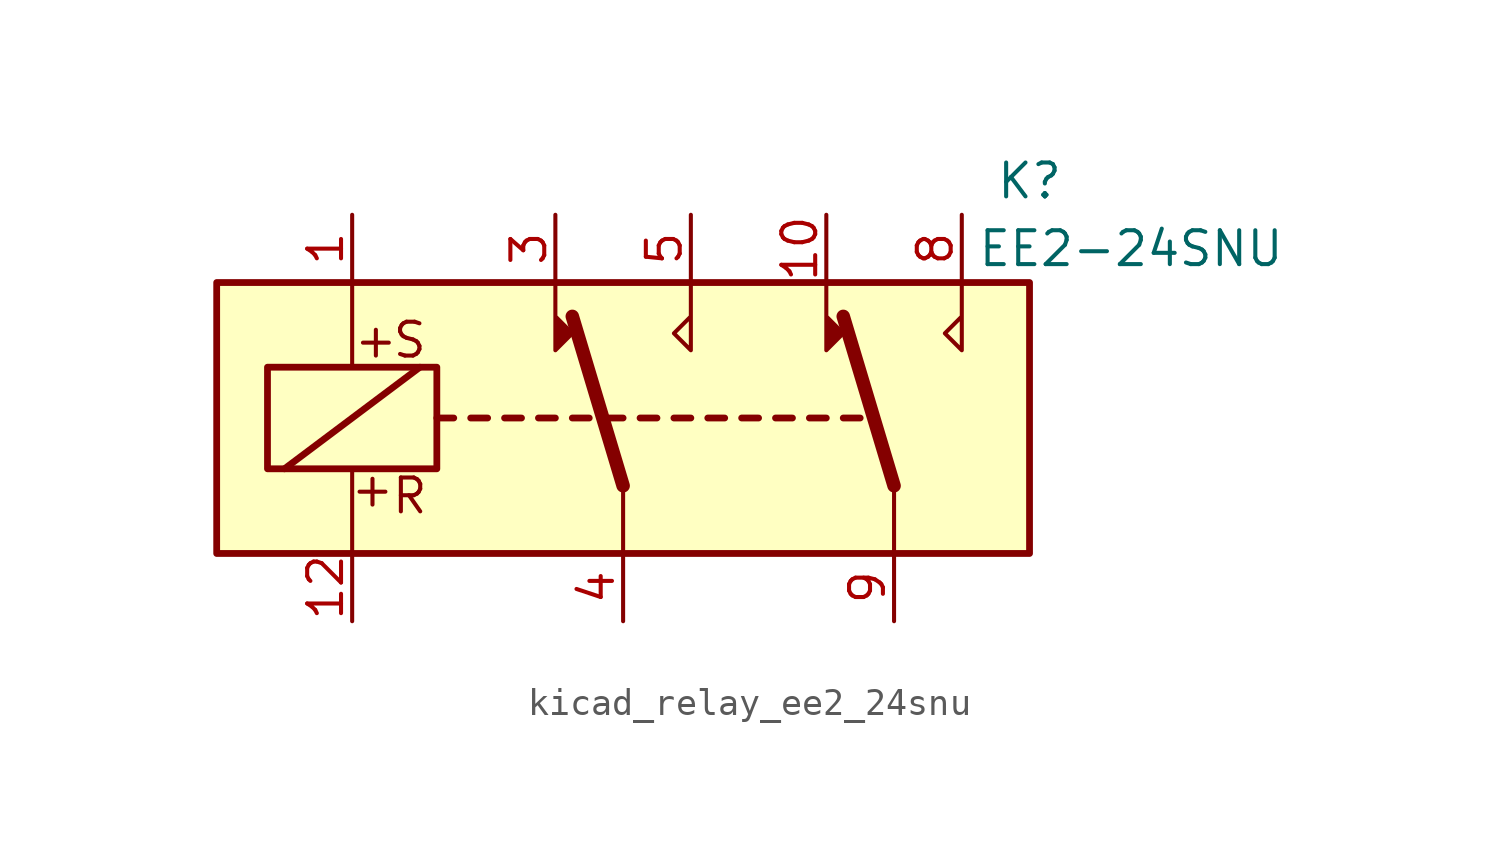
<source format=kicad_sym>
(kicad_symbol_lib
  (version 20220914)
  (generator kicad_symbol_editor)
  (symbol "kicad_relay_ee2_24snu"
    (property "Reference" "K"
      (at 15.24 8.89 0)
      (effects (font (size 1.27 1.27))))
    (property "Value" "EE2-24SNU"
      (at 19.05 6.35 0)
      (effects (font (size 1.27 1.27))))
    (symbol "kicad_relay_ee2_24snu_1_1"
      (rectangle (start -15.24 5.08) (end 15.24 -5.08) (stroke (width 0.254) (type default)) (fill (type background)))
      (rectangle (start -13.335 1.905) (end -6.985 -1.905) (stroke (width 0.254) (type default)) (fill (type none)))
      (polyline (pts (xy -12.7 -1.905) (xy -7.62 1.905)) (stroke (width 0.254) (type default)) (fill (type none)))
      (polyline (pts (xy -10.16 -5.08) (xy -10.16 -1.905)) (stroke (width 0) (type default)) (fill (type none)))
      (polyline (pts (xy -10.16 5.08) (xy -10.16 1.905)) (stroke (width 0) (type default)) (fill (type none)))
      (polyline (pts (xy -6.985 0) (xy -6.35 0)) (stroke (width 0.254) (type default)) (fill (type none)))
      (polyline (pts (xy -5.715 0) (xy -5.08 0)) (stroke (width 0.254) (type default)) (fill (type none)))
      (polyline (pts (xy -4.445 0) (xy -3.81 0)) (stroke (width 0.254) (type default)) (fill (type none)))
      (polyline (pts (xy -3.175 0) (xy -2.54 0)) (stroke (width 0.254) (type default)) (fill (type none)))
      (polyline (pts (xy -1.905 0) (xy -1.27 0)) (stroke (width 0.254) (type default)) (fill (type none)))
      (polyline (pts (xy -0.635 0) (xy 0 0)) (stroke (width 0.254) (type default)) (fill (type none)))
      (polyline (pts (xy 0 -2.54) (xy -1.905 3.81)) (stroke (width 0.508) (type default)) (fill (type none)))
      (polyline (pts (xy 0 -2.54) (xy 0 -5.08)) (stroke (width 0) (type default)) (fill (type none)))
      (polyline (pts (xy 0.635 0) (xy 1.27 0)) (stroke (width 0.254) (type default)) (fill (type none)))
      (polyline (pts (xy 1.905 0) (xy 2.54 0)) (stroke (width 0.254) (type default)) (fill (type none)))
      (polyline (pts (xy 3.175 0) (xy 3.81 0)) (stroke (width 0.254) (type default)) (fill (type none)))
      (polyline (pts (xy 4.445 0) (xy 5.08 0)) (stroke (width 0.254) (type default)) (fill (type none)))
      (polyline (pts (xy 5.715 0) (xy 6.35 0)) (stroke (width 0.254) (type default)) (fill (type none)))
      (polyline (pts (xy 6.985 0) (xy 7.62 0)) (stroke (width 0.254) (type default)) (fill (type none)))
      (polyline (pts (xy 8.255 0) (xy 8.89 0)) (stroke (width 0.254) (type default)) (fill (type none)))
      (polyline (pts (xy 10.16 -2.54) (xy 8.255 3.81)) (stroke (width 0.508) (type default)) (fill (type none)))
      (polyline (pts (xy 10.16 -2.54) (xy 10.16 -5.08)) (stroke (width 0) (type default)) (fill (type none)))
      (polyline (pts (xy -2.54 5.08) (xy -2.54 2.54) (xy -1.905 3.175) (xy -2.54 3.81)) (stroke (width 0) (type default)) (fill (type outline)))
      (polyline (pts (xy 2.54 5.08) (xy 2.54 2.54) (xy 1.905 3.175) (xy 2.54 3.81)) (stroke (width 0) (type default)) (fill (type none)))
      (polyline (pts (xy 7.62 5.08) (xy 7.62 2.54) (xy 8.255 3.175) (xy 7.62 3.81)) (stroke (width 0) (type default)) (fill (type outline)))
      (polyline (pts (xy 12.7 5.08) (xy 12.7 2.54) (xy 12.065 3.175) (xy 12.7 3.81)) (stroke (width 0) (type default)) (fill (type none)))
      (text "+" (at -9.398 -2.667 0) (effects (font (size 1.27 1.27))))
      (text "+" (at -9.271 2.921 0) (effects (font (size 1.27 1.27))))
      (text "R" (at -8.001 -2.921 0) (effects (font (size 1.27 1.27))))
      (text "S" (at -8.001 2.921 0) (effects (font (size 1.27 1.27))))
      (pin passive line (at -10.16 7.62 270) (length 2.54) (name "~" (effects (font (size 1.27 1.27)))) (number "1" (effects (font (size 1.27 1.27)))))
      (pin passive line (at 7.62 7.62 270) (length 2.54) (name "~" (effects (font (size 1.27 1.27)))) (number "10" (effects (font (size 1.27 1.27)))))
      (pin passive line (at -10.16 -7.62 90) (length 2.54) (name "~" (effects (font (size 1.27 1.27)))) (number "12" (effects (font (size 1.27 1.27)))))
      (pin passive line (at -2.54 7.62 270) (length 2.54) (name "~" (effects (font (size 1.27 1.27)))) (number "3" (effects (font (size 1.27 1.27)))))
      (pin passive line (at 0 -7.62 90) (length 2.54) (name "~" (effects (font (size 1.27 1.27)))) (number "4" (effects (font (size 1.27 1.27)))))
      (pin passive line (at 2.54 7.62 270) (length 2.54) (name "~" (effects (font (size 1.27 1.27)))) (number "5" (effects (font (size 1.27 1.27)))))
      (pin passive line (at 12.7 7.62 270) (length 2.54) (name "~" (effects (font (size 1.27 1.27)))) (number "8" (effects (font (size 1.27 1.27)))))
      (pin passive line (at 10.16 -7.62 90) (length 2.54) (name "~" (effects (font (size 1.27 1.27)))) (number "9" (effects (font (size 1.27 1.27))))))))
</source>
